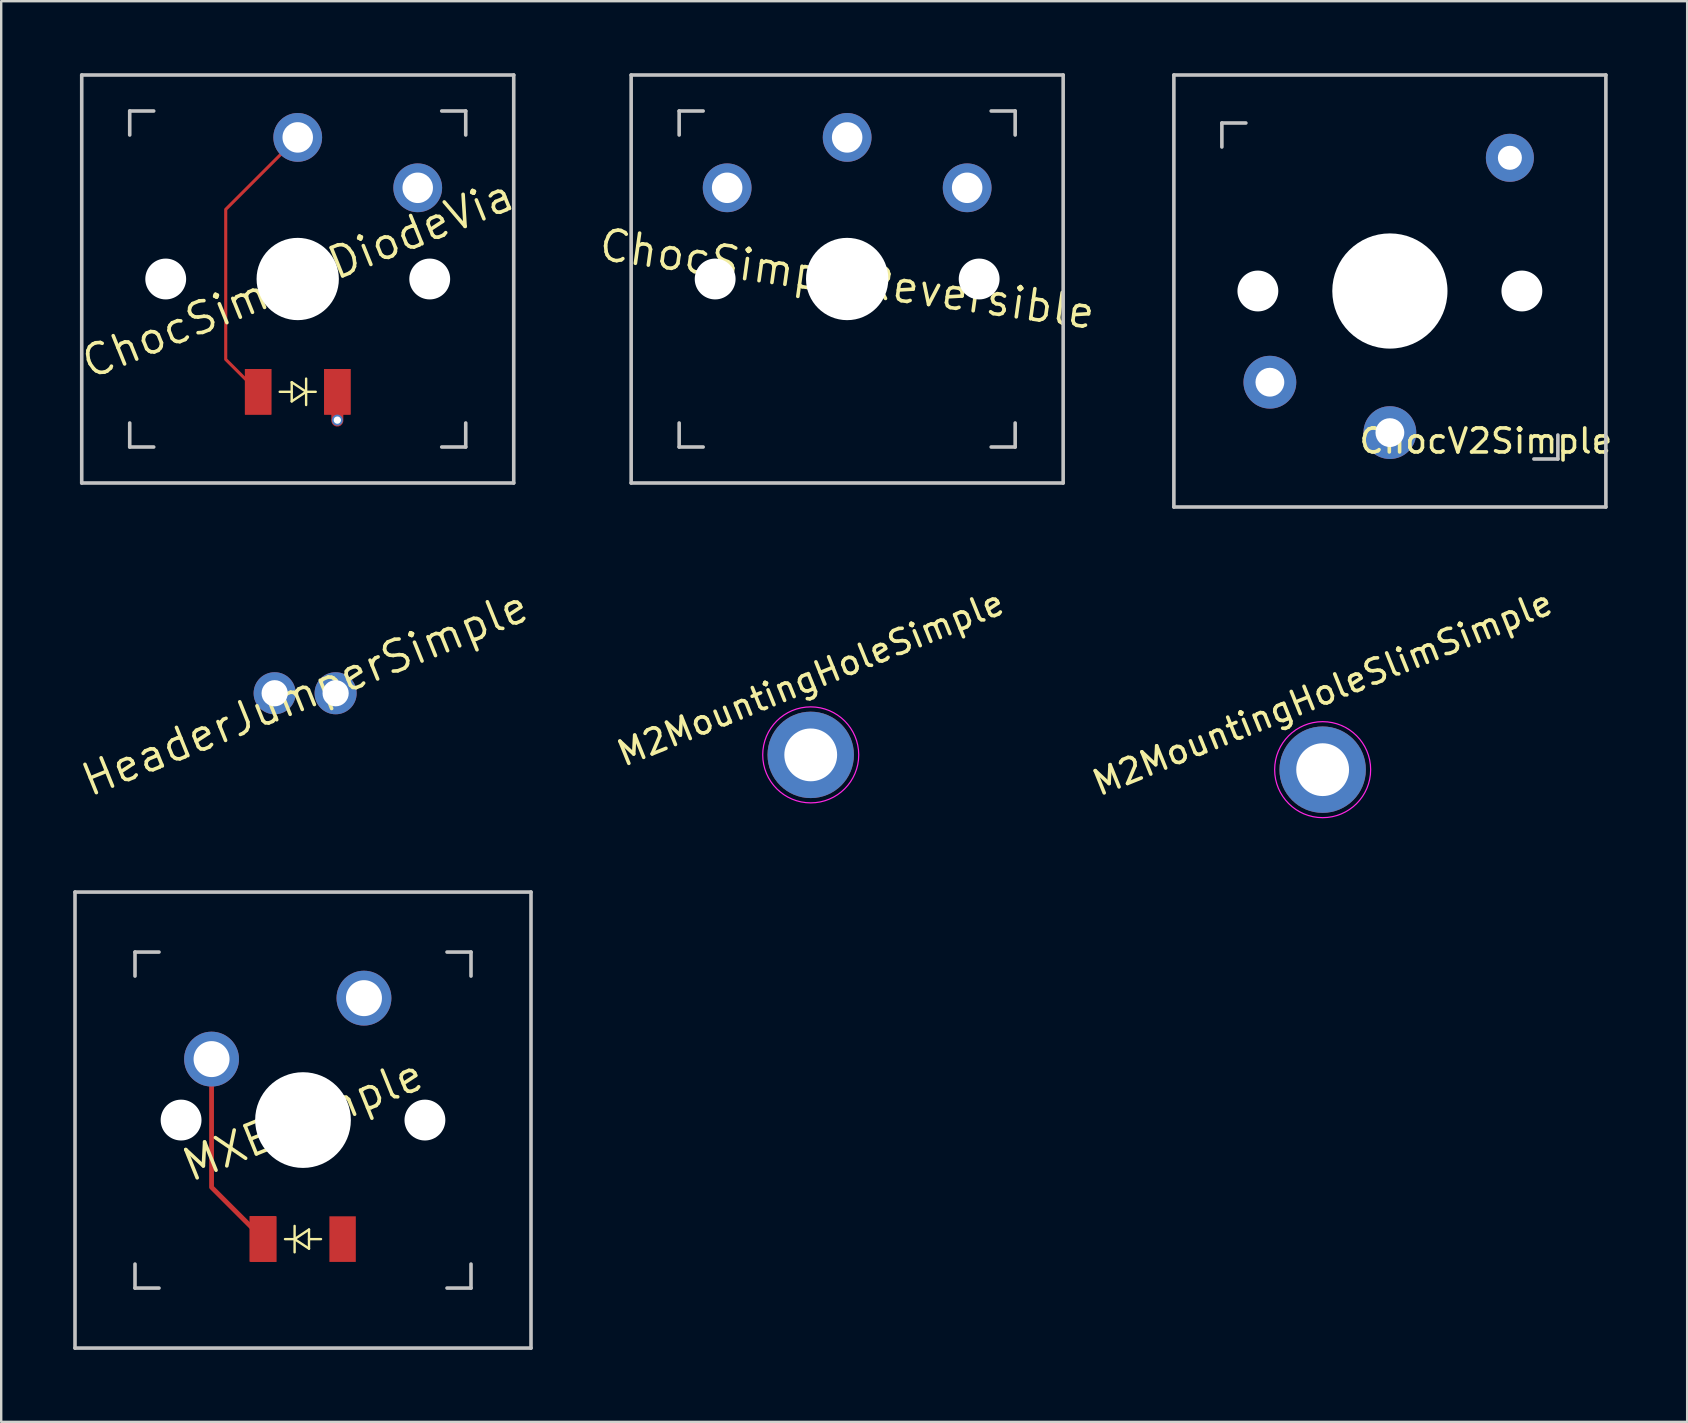
<source format=kicad_pcb>
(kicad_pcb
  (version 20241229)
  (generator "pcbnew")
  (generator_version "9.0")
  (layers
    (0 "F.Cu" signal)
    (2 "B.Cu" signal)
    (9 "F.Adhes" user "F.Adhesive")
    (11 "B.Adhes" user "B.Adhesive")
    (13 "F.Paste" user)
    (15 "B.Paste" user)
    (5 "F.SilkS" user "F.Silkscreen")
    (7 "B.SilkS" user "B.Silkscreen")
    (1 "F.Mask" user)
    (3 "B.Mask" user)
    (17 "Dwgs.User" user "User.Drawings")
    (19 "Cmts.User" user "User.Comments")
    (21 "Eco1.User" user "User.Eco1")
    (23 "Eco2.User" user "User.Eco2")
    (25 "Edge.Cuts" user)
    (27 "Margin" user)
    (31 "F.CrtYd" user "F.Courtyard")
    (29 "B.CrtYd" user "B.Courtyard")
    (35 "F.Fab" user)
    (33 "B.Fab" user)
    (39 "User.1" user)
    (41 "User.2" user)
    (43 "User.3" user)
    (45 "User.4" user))
  (footprint "ChocSimpleDiodeVia"
    (layer "F.Cu")
    (at 9.355 8.575)
    (property "Reference" "ChocSimpleDiodeVia" (at 0 0 22) (layer "F.SilkS") (effects (font (size 1.27 1.27) (thickness 0.15))))
    (attr through_hole)
    (fp_line (start -0.25 4.3) (end 0.35 4.7) (stroke (width 0.1) (type solid)) (layer "F.SilkS"))
    (fp_line (start -0.25 4.7) (end -0.75 4.7) (stroke (width 0.1) (type solid)) (layer "F.SilkS"))
    (fp_line (start -0.25 5.1) (end -0.25 4.3) (stroke (width 0.1) (type solid)) (layer "F.SilkS"))
    (fp_line (start 0.35 4.7) (end -0.25 5.1) (stroke (width 0.1) (type solid)) (layer "F.SilkS"))
    (fp_line (start 0.35 4.7) (end 0.35 4.15) (stroke (width 0.1) (type solid)) (layer "F.SilkS"))
    (fp_line (start 0.35 4.7) (end 0.35 5.25) (stroke (width 0.1) (type solid)) (layer "F.SilkS"))
    (fp_line (start 0.75 4.7) (end 0.35 4.7) (stroke (width 0.1) (type solid)) (layer "F.SilkS"))
    (fp_line (start -9 -8.5) (end 9 -8.5) (stroke (width 0.15) (type solid)) (layer "Dwgs.User"))
    (fp_line (start -9 8.5) (end -9 -8.5) (stroke (width 0.15) (type solid)) (layer "Dwgs.User"))
    (fp_line (start -7 -6) (end -7 -7) (stroke (width 0.15) (type solid)) (layer "Dwgs.User"))
    (fp_line (start -7 7) (end -7 6) (stroke (width 0.15) (type solid)) (layer "Dwgs.User"))
    (fp_line (start -7 7) (end -6 7) (stroke (width 0.15) (type solid)) (layer "Dwgs.User"))
    (fp_line (start -6 -7) (end -7 -7) (stroke (width 0.15) (type solid)) (layer "Dwgs.User"))
    (fp_line (start 6 7) (end 7 7) (stroke (width 0.15) (type solid)) (layer "Dwgs.User"))
    (fp_line (start 7 -7) (end 6 -7) (stroke (width 0.15) (type solid)) (layer "Dwgs.User"))
    (fp_line (start 7 -7) (end 7 -6) (stroke (width 0.15) (type solid)) (layer "Dwgs.User"))
    (fp_line (start 7 6) (end 7 7) (stroke (width 0.15) (type solid)) (layer "Dwgs.User"))
    (fp_line (start 9 -8.5) (end 9 8.5) (stroke (width 0.15) (type solid)) (layer "Dwgs.User"))
    (fp_line (start 9 8.5) (end -9 8.5) (stroke (width 0.15) (type solid)) (layer "Dwgs.User"))
    (pad "" np_thru_hole circle (at -5.5 0 22) (size 1.702 1.702) (drill 1.702) (layers "*.Cu" "*.Mask"))
    (pad "" smd rect (at -1.65 4.7 180) (size 1.1 1.9) (layers "F.Cu" "F.Mask" "F.Paste"))
    (pad "" smd custom (at -1.65 4.7 180) (size 1.1 1.9) (layers "F.Cu") (options (anchor rect)) (primitives (gr_line (start 0 0) (end 1.35 1.35) (width 0.13)) (gr_line (start 1.35 1.35) (end 1.35 7.6) (width 0.13)) (gr_line (start 1.35 7.6) (end -1.65 10.6) (width 0.13))))
    (pad "" thru_hole circle (at 0 -5.9 22) (size 2.032 2.032) (drill 1.27) (layers "*.Cu" "*.Mask"))
    (pad "" np_thru_hole circle (at 0 0 22) (size 3.429 3.429) (drill 3.429) (layers "*.Cu" "*.Mask"))
    (pad "" np_thru_hole circle (at 5.5 0 22) (size 1.702 1.702) (drill 1.702) (layers "*.Cu" "*.Mask"))
    (pad "1" thru_hole circle (at 5 -3.8 22) (size 2.032 2.032) (drill 1.27) (layers "*.Cu" "*.Mask"))
    (pad "2" smd rect (at 1.65 4.7 180) (size 1.1 1.9) (layers "F.Cu" "F.Mask" "F.Paste"))
    (pad "2" smd custom (at 1.65 4.7 180) (size 1.1 1.9) (layers "F.Cu") (options (anchor rect)) (primitives (gr_line (start 0 0) (end 0 -1.2) (width 0.5))))
    (pad "2" thru_hole circle (at 1.65 5.879) (size 0.457 0.457) (drill 0.305) (layers "*.Cu")))
  (footprint "MXExample"
    (layer "F.Cu")
    (at 9.575 43.619)
    (property "Reference" "MXExample" (at 0 0 22) (layer "F.SilkS") (effects (font (size 1.27 1.27) (thickness 0.15))))
    (attr through_hole)
    (fp_line (start -0.75 4.96) (end -0.35 4.96) (stroke (width 0.1) (type solid)) (layer "F.SilkS"))
    (fp_line (start -0.35 4.96) (end -0.35 4.41) (stroke (width 0.1) (type solid)) (layer "F.SilkS"))
    (fp_line (start -0.35 4.96) (end -0.35 5.51) (stroke (width 0.1) (type solid)) (layer "F.SilkS"))
    (fp_line (start -0.35 4.96) (end 0.25 4.56) (stroke (width 0.1) (type solid)) (layer "F.SilkS"))
    (fp_line (start 0.25 4.56) (end 0.25 5.36) (stroke (width 0.1) (type solid)) (layer "F.SilkS"))
    (fp_line (start 0.25 4.96) (end 0.75 4.96) (stroke (width 0.1) (type solid)) (layer "F.SilkS"))
    (fp_line (start 0.25 5.36) (end -0.35 4.96) (stroke (width 0.1) (type solid)) (layer "F.SilkS"))
    (fp_line (start -9.5 -9.5) (end 9.5 -9.5) (stroke (width 0.15) (type solid)) (layer "Dwgs.User"))
    (fp_line (start -9.5 9.5) (end -9.5 -9.5) (stroke (width 0.15) (type solid)) (layer "Dwgs.User"))
    (fp_line (start -7 -6) (end -7 -7) (stroke (width 0.15) (type solid)) (layer "Dwgs.User"))
    (fp_line (start -7 7) (end -7 6) (stroke (width 0.15) (type solid)) (layer "Dwgs.User"))
    (fp_line (start -7 7) (end -6 7) (stroke (width 0.15) (type solid)) (layer "Dwgs.User"))
    (fp_line (start -6 -7) (end -7 -7) (stroke (width 0.15) (type solid)) (layer "Dwgs.User"))
    (fp_line (start 6 7) (end 7 7) (stroke (width 0.15) (type solid)) (layer "Dwgs.User"))
    (fp_line (start 7 -7) (end 6 -7) (stroke (width 0.15) (type solid)) (layer "Dwgs.User"))
    (fp_line (start 7 -7) (end 7 -6) (stroke (width 0.15) (type solid)) (layer "Dwgs.User"))
    (fp_line (start 7 6) (end 7 7) (stroke (width 0.15) (type solid)) (layer "Dwgs.User"))
    (fp_line (start 9.5 -9.5) (end 9.5 9.5) (stroke (width 0.15) (type solid)) (layer "Dwgs.User"))
    (fp_line (start 9.5 9.5) (end -9.5 9.5) (stroke (width 0.15) (type solid)) (layer "Dwgs.User"))
    (pad "" np_thru_hole circle (at -5.08 0 22) (size 1.702 1.702) (drill 1.702) (layers "*.Cu" "*.Mask"))
    (pad "" thru_hole circle (at -3.81 -2.54 22) (size 2.286 2.286) (drill 1.499) (layers "*.Cu" "*.Mask"))
    (pad "" smd rect (at -1.68 4.95) (size 1.1 1.9) (layers "F.Cu" "F.Mask" "F.Paste"))
    (pad "" smd custom (at -1.65 4.96) (size 1.1 1.9) (layers "F.Cu") (options (anchor rect)) (primitives (gr_line (start 0 0) (end -2.16 -2.16) (width 0.2)) (gr_line (start -2.16 -2.16) (end -2.16 -7.5) (width 0.2))))
    (pad "" np_thru_hole circle (at 0 0 22) (size 3.988 3.988) (drill 3.988) (layers "*.Cu" "*.Mask"))
    (pad "" np_thru_hole circle (at 5.08 0 22) (size 1.702 1.702) (drill 1.702) (layers "*.Cu" "*.Mask"))
    (pad "1" thru_hole circle (at 2.54 -5.08 22) (size 2.286 2.286) (drill 1.499) (layers "*.Cu" "*.Mask"))
    (pad "2" smd rect (at 1.65 4.96) (size 1.1 1.9) (layers "F.Cu" "F.Mask" "F.Paste")))
  (footprint "M2MountingHoleSlimSimple"
    (layer "F.Cu")
    (at 52.06 29.019)
    (property "Reference" "M2MountingHoleSlimSimple" (at 0 -3.2 22) (layer "F.SilkS") (effects (font (size 1 1) (thickness 0.15))))
    (fp_circle (center 0 0) (end 2 0) (stroke (width 0.05) (type solid)) (fill no) (layer "F.CrtYd"))
    (pad "1" thru_hole circle (at 0 0 22) (size 3.6 3.6) (drill 2.2) (layers "*.Cu" "*.Mask")))
  (footprint "M2MountingHoleSimple"
    (layer "F.Cu")
    (at 30.73 28.403)
    (property "Reference" "M2MountingHoleSimple" (at 0 -3.2 22) (layer "F.SilkS") (effects (font (size 1 1) (thickness 0.15))))
    (fp_circle (center 0 0) (end 2 0) (stroke (width 0.05) (type solid)) (fill no) (layer "F.CrtYd"))
    (pad "1" thru_hole circle (at 0 0 22) (size 3.6 3.6) (drill 2.2) (layers "*.Cu" "*.Mask")))
  (footprint "HeaderJumperSimple"
    (layer "F.Cu")
    (at 9.664 25.835)
    (property "Reference" "HeaderJumperSimple" (at 0 0 202) (layer "F.SilkS") (effects (font (size 1.27 1.27) (thickness 0.15))))
    (attr through_hole)
    (pad "1" thru_hole circle (at -1.27 0) (size 1.753 1.753) (drill 1.092) (layers "*.Cu" "*.Mask"))
    (pad "2" thru_hole circle (at 1.27 0) (size 1.753 1.753) (drill 1.092) (layers "*.Cu" "*.Mask")))
  (footprint "ChocSimpleReversible"
    (layer "F.Cu")
    (at 32.248 8.575)
    (property "Reference" "ChocSimpleReversible" (at 0 0 172) (layer "F.SilkS") (effects (font (size 1.27 1.27) (thickness 0.15))))
    (attr through_hole)
    (fp_line (start -9 -8.5) (end 9 -8.5) (stroke (width 0.15) (type solid)) (layer "Dwgs.User"))
    (fp_line (start -9 8.5) (end -9 -8.5) (stroke (width 0.15) (type solid)) (layer "Dwgs.User"))
    (fp_line (start -7 -6) (end -7 -7) (stroke (width 0.15) (type solid)) (layer "Dwgs.User"))
    (fp_line (start -7 7) (end -7 6) (stroke (width 0.15) (type solid)) (layer "Dwgs.User"))
    (fp_line (start -7 7) (end -6 7) (stroke (width 0.15) (type solid)) (layer "Dwgs.User"))
    (fp_line (start -6 -7) (end -7 -7) (stroke (width 0.15) (type solid)) (layer "Dwgs.User"))
    (fp_line (start 6 7) (end 7 7) (stroke (width 0.15) (type solid)) (layer "Dwgs.User"))
    (fp_line (start 7 -7) (end 6 -7) (stroke (width 0.15) (type solid)) (layer "Dwgs.User"))
    (fp_line (start 7 -7) (end 7 -6) (stroke (width 0.15) (type solid)) (layer "Dwgs.User"))
    (fp_line (start 7 6) (end 7 7) (stroke (width 0.15) (type solid)) (layer "Dwgs.User"))
    (fp_line (start 9 -8.5) (end 9 8.5) (stroke (width 0.15) (type solid)) (layer "Dwgs.User"))
    (fp_line (start 9 8.5) (end -9 8.5) (stroke (width 0.15) (type solid)) (layer "Dwgs.User"))
    (pad "" np_thru_hole circle (at -5.5 0 172) (size 1.702 1.702) (drill 1.702) (layers "*.Cu" "*.Mask"))
    (pad "" np_thru_hole circle (at 0 0 172) (size 3.429 3.429) (drill 3.429) (layers "*.Cu" "*.Mask"))
    (pad "" np_thru_hole circle (at 5.5 0 172) (size 1.702 1.702) (drill 1.702) (layers "*.Cu" "*.Mask"))
    (pad "1" thru_hole circle (at -5 -3.8 172) (size 2.032 2.032) (drill 1.27) (layers "*.Cu" "*.Mask"))
    (pad "1" thru_hole circle (at 5 -3.8 172) (size 2.032 2.032) (drill 1.27) (layers "*.Cu" "*.Mask"))
    (pad "2" thru_hole circle (at 0 -5.9 172) (size 2.032 2.032) (drill 1.27) (layers "*.Cu" "*.Mask")))
  (footprint "ChocV2Simple"
    (layer "F.Cu")
    (at 54.861 9.075)
    (property "Reference" "ChocV2Simple" (at 4 6.25 180) (layer "F.SilkS") (effects (font (size 1 1) (thickness 0.15))))
    (attr through_hole)
    (fp_line (start -9 -9) (end 9 -9) (stroke (width 0.15) (type solid)) (layer "Dwgs.User"))
    (fp_line (start -9 9) (end -9 -9) (stroke (width 0.15) (type solid)) (layer "Dwgs.User"))
    (fp_line (start -7 -7) (end -6 -7) (stroke (width 0.15) (type solid)) (layer "Dwgs.User"))
    (fp_line (start -7 -6) (end -7 -7) (stroke (width 0.15) (type solid)) (layer "Dwgs.User"))
    (fp_line (start 6 7) (end 7 7) (stroke (width 0.15) (type solid)) (layer "Dwgs.User"))
    (fp_line (start 7 7) (end 7 6) (stroke (width 0.15) (type solid)) (layer "Dwgs.User"))
    (fp_line (start 9 -9) (end 9 9) (stroke (width 0.15) (type solid)) (layer "Dwgs.User"))
    (fp_line (start 9 9) (end -9 9) (stroke (width 0.15) (type solid)) (layer "Dwgs.User"))
    (pad "" np_thru_hole circle (at -5.5 0 90) (size 1.702 1.702) (drill 1.702) (layers "*.Cu" "*.Mask"))
    (pad "" smd rect (at 0 -4.93) (size 5.5 2.95) (layers "Eco1.User"))
    (pad "" np_thru_hole circle (at 0 0 90) (size 4.8 4.8) (drill 4.8) (layers "*.Cu" "*.Mask"))
    (pad "" thru_hole circle (at 5 -5.55) (size 2 2) (drill 1) (layers "*.Cu" "B.Mask"))
    (pad "" np_thru_hole circle (at 5.5 0 90) (size 1.702 1.702) (drill 1.702) (layers "*.Cu" "*.Mask"))
    (pad "1" thru_hole circle (at 0 5.9) (size 2.2 2.2) (drill 1.2) (layers "*.Cu" "B.Mask"))
    (pad "2" thru_hole circle (at -5 3.8) (size 2.2 2.2) (drill 1.2) (layers "*.Cu" "B.Mask")))
  (gr_rect
    (start -3 -3)
    (end 67.248 56.194)
    (stroke (width 0.1) (type default))
    (fill no)
    (layer "Edge.Cuts")))
</source>
